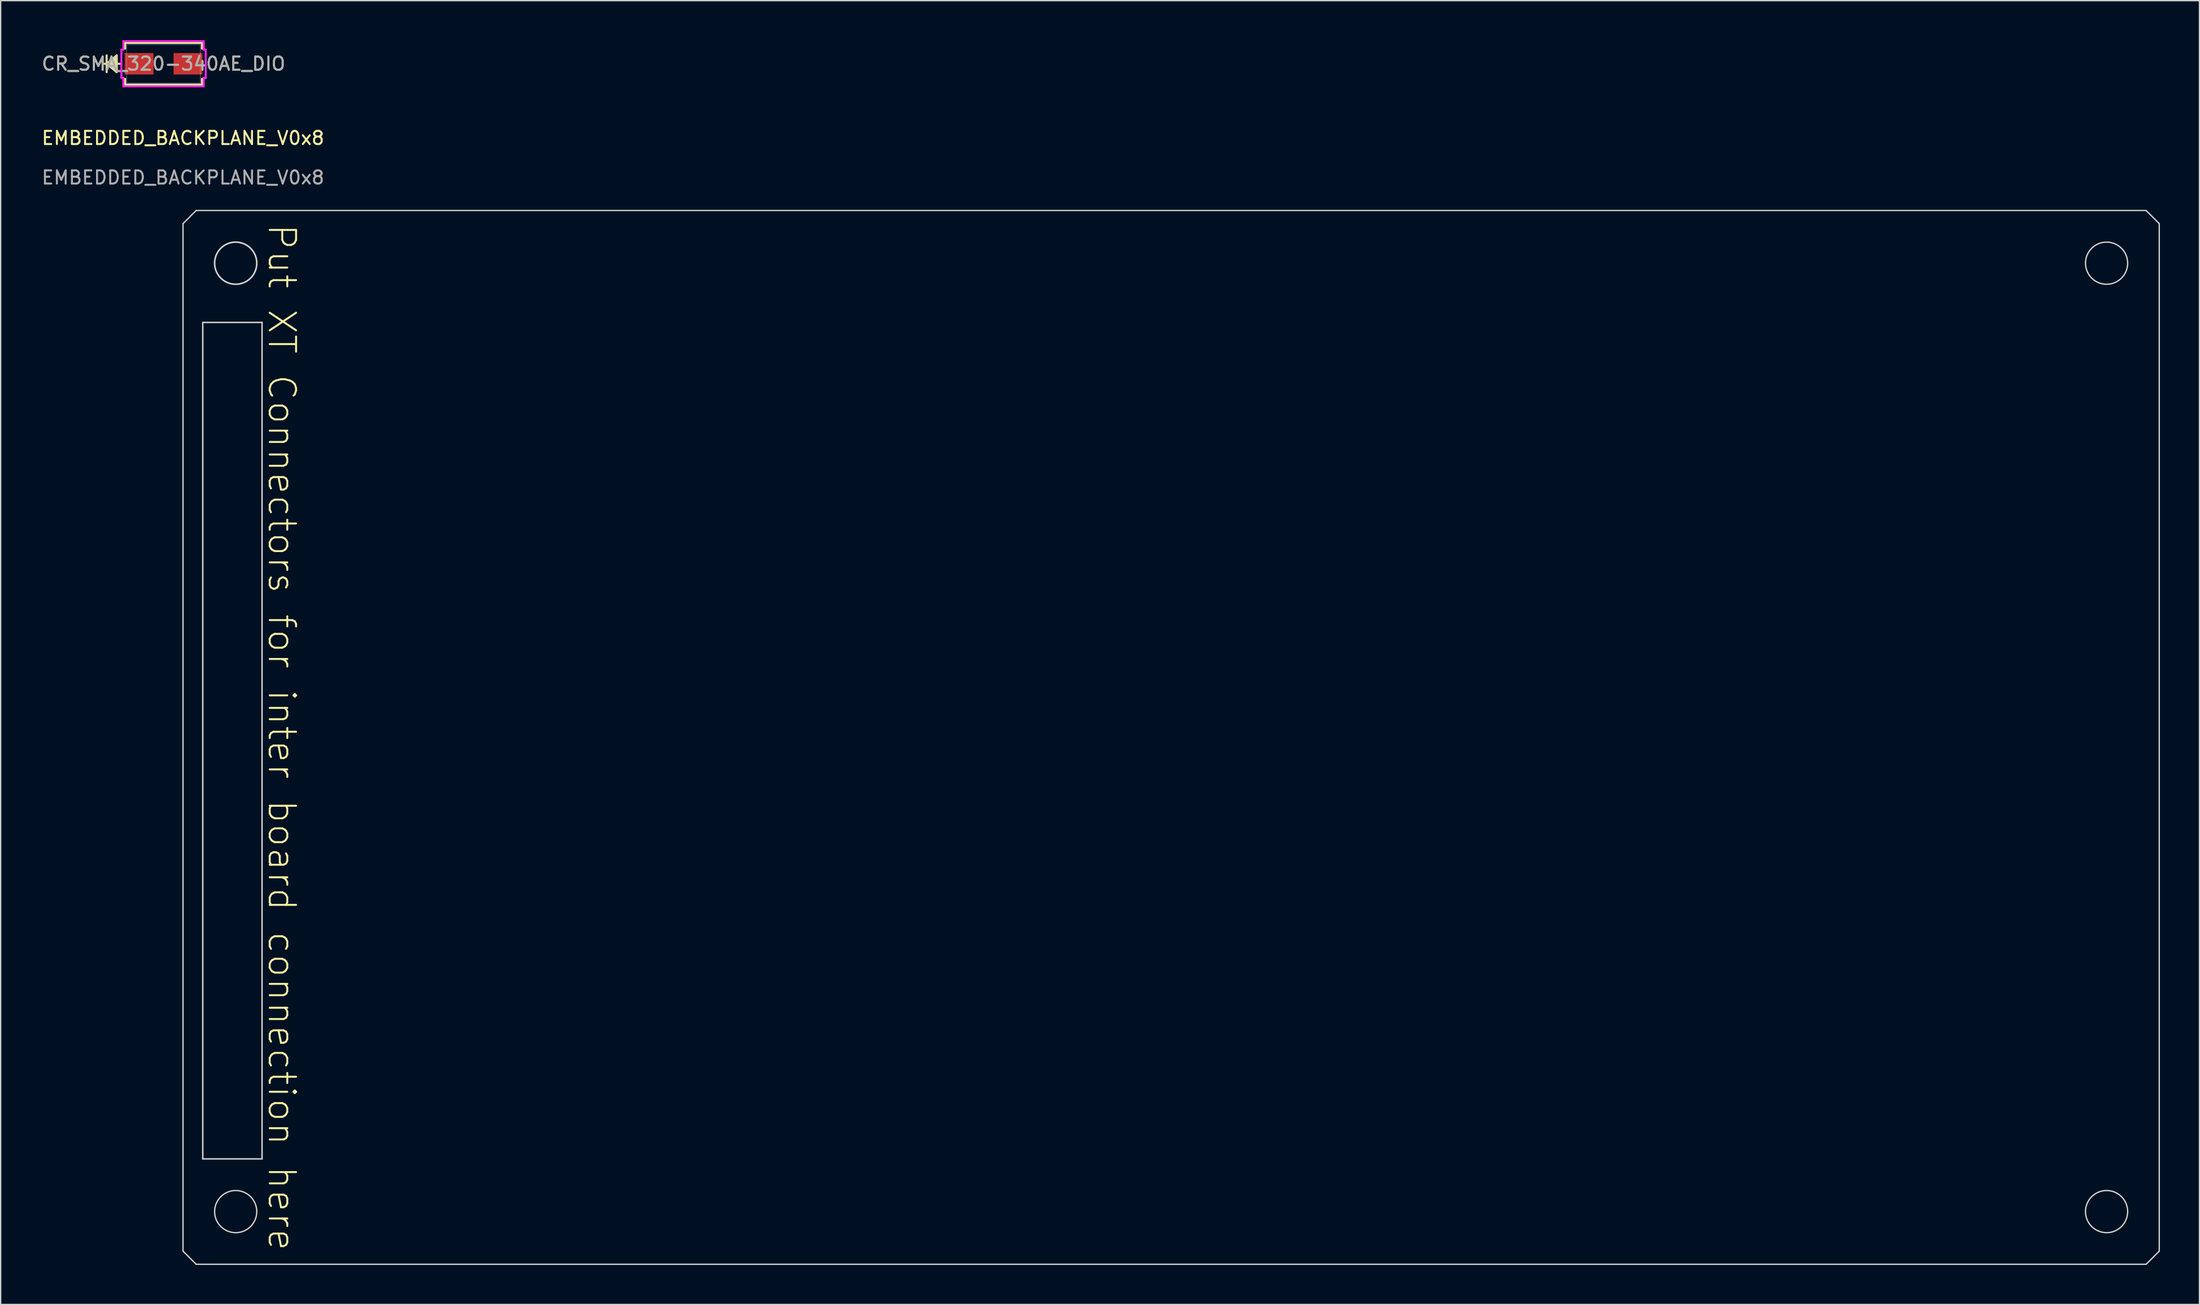
<source format=kicad_pcb>
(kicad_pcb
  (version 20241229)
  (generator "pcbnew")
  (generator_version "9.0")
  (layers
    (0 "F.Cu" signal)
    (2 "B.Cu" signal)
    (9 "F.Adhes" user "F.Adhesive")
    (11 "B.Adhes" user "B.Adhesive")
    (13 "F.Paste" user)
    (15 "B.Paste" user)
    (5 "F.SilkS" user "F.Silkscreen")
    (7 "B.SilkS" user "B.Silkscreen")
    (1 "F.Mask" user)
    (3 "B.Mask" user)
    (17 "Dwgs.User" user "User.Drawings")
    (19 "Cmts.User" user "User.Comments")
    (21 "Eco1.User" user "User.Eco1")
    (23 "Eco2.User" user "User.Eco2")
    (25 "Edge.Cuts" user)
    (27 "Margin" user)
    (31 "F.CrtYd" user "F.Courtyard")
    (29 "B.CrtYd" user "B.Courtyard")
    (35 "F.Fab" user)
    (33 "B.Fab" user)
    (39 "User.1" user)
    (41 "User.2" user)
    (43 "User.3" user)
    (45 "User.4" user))
  (footprint "CR_SMA_320-340AE_DIO"
    (layer "F.Cu")
    (at 9.363 1.791)
    (property "Reference" "CR_SMA_320-340AE_DIO" (at 0 0 0) (unlocked yes) (layer "F.SilkS") (effects (font (size 1 1) (thickness 0.15))))
    (attr smd)
    (fp_line (start -4.318 -0.635) (end -4.318 0.635) (stroke (width 0.152) (type solid)) (layer "F.SilkS"))
    (fp_line (start -4.318 0) (end -3.556 -0.635) (stroke (width 0.152) (type solid)) (layer "F.SilkS"))
    (fp_line (start -4.318 0) (end -3.556 -0.508) (stroke (width 0.152) (type solid)) (layer "F.SilkS"))
    (fp_line (start -4.318 0) (end -3.556 -0.381) (stroke (width 0.152) (type solid)) (layer "F.SilkS"))
    (fp_line (start -4.318 0) (end -3.556 -0.254) (stroke (width 0.152) (type solid)) (layer "F.SilkS"))
    (fp_line (start -4.318 0) (end -3.556 -0.127) (stroke (width 0.152) (type solid)) (layer "F.SilkS"))
    (fp_line (start -4.318 0) (end -3.556 0.127) (stroke (width 0.152) (type solid)) (layer "F.SilkS"))
    (fp_line (start -4.318 0) (end -3.556 0.254) (stroke (width 0.152) (type solid)) (layer "F.SilkS"))
    (fp_line (start -4.318 0) (end -3.556 0.381) (stroke (width 0.152) (type solid)) (layer "F.SilkS"))
    (fp_line (start -4.318 0) (end -3.556 0.508) (stroke (width 0.152) (type solid)) (layer "F.SilkS"))
    (fp_line (start -4.318 0) (end -3.556 0.635) (stroke (width 0.152) (type solid)) (layer "F.SilkS"))
    (fp_line (start -3.556 -0.635) (end -3.556 0.635) (stroke (width 0.152) (type solid)) (layer "F.SilkS"))
    (fp_line (start -3.302 0) (end -4.572 0) (stroke (width 0.152) (type solid)) (layer "F.SilkS"))
    (fp_line (start -2.921 -1.587) (end -2.921 -1.146) (stroke (width 0.152) (type solid)) (layer "F.SilkS"))
    (fp_line (start -2.921 1.146) (end -2.921 1.587) (stroke (width 0.152) (type solid)) (layer "F.SilkS"))
    (fp_line (start -2.921 1.587) (end 2.921 1.587) (stroke (width 0.152) (type solid)) (layer "F.SilkS"))
    (fp_line (start 2.921 -1.587) (end -2.921 -1.587) (stroke (width 0.152) (type solid)) (layer "F.SilkS"))
    (fp_line (start 2.921 -1.146) (end 2.921 -1.587) (stroke (width 0.152) (type solid)) (layer "F.SilkS"))
    (fp_line (start 2.921 1.587) (end 2.921 1.146) (stroke (width 0.152) (type solid)) (layer "F.SilkS"))
    (fp_line (start -3.2 -1.067) (end -3.048 -1.067) (stroke (width 0.152) (type solid)) (layer "F.CrtYd"))
    (fp_line (start -3.2 1.067) (end -3.2 -1.067) (stroke (width 0.152) (type solid)) (layer "F.CrtYd"))
    (fp_line (start -3.048 -1.714) (end 3.048 -1.714) (stroke (width 0.152) (type solid)) (layer "F.CrtYd"))
    (fp_line (start -3.048 -1.067) (end -3.048 -1.714) (stroke (width 0.152) (type solid)) (layer "F.CrtYd"))
    (fp_line (start -3.048 1.067) (end -3.2 1.067) (stroke (width 0.152) (type solid)) (layer "F.CrtYd"))
    (fp_line (start -3.048 1.714) (end -3.048 1.067) (stroke (width 0.152) (type solid)) (layer "F.CrtYd"))
    (fp_line (start 3.048 -1.714) (end 3.048 -1.067) (stroke (width 0.152) (type solid)) (layer "F.CrtYd"))
    (fp_line (start 3.048 -1.067) (end 3.2 -1.067) (stroke (width 0.152) (type solid)) (layer "F.CrtYd"))
    (fp_line (start 3.048 1.067) (end 3.048 1.714) (stroke (width 0.152) (type solid)) (layer "F.CrtYd"))
    (fp_line (start 3.048 1.714) (end -3.048 1.714) (stroke (width 0.152) (type solid)) (layer "F.CrtYd"))
    (fp_line (start 3.2 -1.067) (end 3.2 1.067) (stroke (width 0.152) (type solid)) (layer "F.CrtYd"))
    (fp_line (start 3.2 1.067) (end 3.048 1.067) (stroke (width 0.152) (type solid)) (layer "F.CrtYd"))
    (fp_line (start -4.318 -0.635) (end -4.318 0.635) (stroke (width 0.025) (type solid)) (layer "F.Fab"))
    (fp_line (start -4.318 0) (end -3.556 -0.635) (stroke (width 0.025) (type solid)) (layer "F.Fab"))
    (fp_line (start -4.318 0) (end -3.556 -0.508) (stroke (width 0.025) (type solid)) (layer "F.Fab"))
    (fp_line (start -4.318 0) (end -3.556 -0.381) (stroke (width 0.025) (type solid)) (layer "F.Fab"))
    (fp_line (start -4.318 0) (end -3.556 -0.254) (stroke (width 0.025) (type solid)) (layer "F.Fab"))
    (fp_line (start -4.318 0) (end -3.556 -0.127) (stroke (width 0.025) (type solid)) (layer "F.Fab"))
    (fp_line (start -4.318 0) (end -3.556 0.127) (stroke (width 0.025) (type solid)) (layer "F.Fab"))
    (fp_line (start -4.318 0) (end -3.556 0.254) (stroke (width 0.025) (type solid)) (layer "F.Fab"))
    (fp_line (start -4.318 0) (end -3.556 0.381) (stroke (width 0.025) (type solid)) (layer "F.Fab"))
    (fp_line (start -4.318 0) (end -3.556 0.508) (stroke (width 0.025) (type solid)) (layer "F.Fab"))
    (fp_line (start -4.318 0) (end -3.556 0.635) (stroke (width 0.025) (type solid)) (layer "F.Fab"))
    (fp_line (start -3.556 -0.635) (end -3.556 0.635) (stroke (width 0.025) (type solid)) (layer "F.Fab"))
    (fp_line (start -3.302 0) (end -4.572 0) (stroke (width 0.025) (type solid)) (layer "F.Fab"))
    (fp_line (start -2.794 -1.46) (end -2.794 1.46) (stroke (width 0.025) (type solid)) (layer "F.Fab"))
    (fp_line (start -2.794 1.46) (end 2.794 1.46) (stroke (width 0.025) (type solid)) (layer "F.Fab"))
    (fp_line (start 2.794 -1.46) (end -2.794 -1.46) (stroke (width 0.025) (type solid)) (layer "F.Fab"))
    (fp_line (start 2.794 1.46) (end 2.794 -1.46) (stroke (width 0.025) (type solid)) (layer "F.Fab"))
    (fp_text user "${REFERENCE}" (at 0 0 0) (unlocked yes) (layer "F.Fab") (effects (font (size 1 1) (thickness 0.15))))
    (pad "1" smd rect (at -1.854 0 90) (size 1.626 2.184) (layers "F.Cu" "F.Mask" "F.Paste"))
    (pad "2" smd rect (at 1.854 0 90) (size 1.626 2.184) (layers "F.Cu" "F.Mask" "F.Paste"))
    (zone (net_name "") (layer "F.Cu") (hatch full 0.508) (connect_pads) (min_thickness 0.254) (filled_areas_thickness no) (keepout (tracks not_allowed) (vias not_allowed) (pads allowed) (copperpour not_allowed) (footprints allowed)) (placement (enabled no)) (fill) (polygon (pts (xy 6.62 0.381) (xy 12.106 0.381) (xy 12.106 0.927) (xy 6.62 0.927))))
    (zone (net_name "") (layer "F.Cu") (hatch full 0.508) (connect_pads) (min_thickness 0.254) (filled_areas_thickness no) (keepout (tracks not_allowed) (vias not_allowed) (pads allowed) (copperpour not_allowed) (footprints allowed)) (placement (enabled no)) (fill) (polygon (pts (xy 6.62 2.654) (xy 12.106 2.654) (xy 12.106 3.2) (xy 6.62 3.2))))
    (zone (net_name "") (layer "F.Cu") (hatch full 0.508) (connect_pads) (min_thickness 0.254) (filled_areas_thickness no) (keepout (tracks not_allowed) (vias not_allowed) (pads allowed) (copperpour not_allowed) (footprints allowed)) (placement (enabled no)) (fill) (polygon (pts (xy 8.652 0.927) (xy 10.074 0.927) (xy 10.074 2.654) (xy 8.652 2.654)))))
  (footprint "EMBEDDED_BACKPLANE_V0x8"
    (layer "F.Cu")
    (at 10.839 7.93)
    (property "Reference" "EMBEDDED_BACKPLANE_V0x8" (at 0 -0.5 0) (unlocked yes) (layer "F.SilkS") (effects (font (size 1 1) (thickness 0.15))))
    (attr smd)
    (fp_line (start 1.5 13.5) (end 1.5 77) (stroke (width 0.12) (type solid)) (layer "Dwgs.User"))
    (fp_line (start 1.5 77) (end 6 77) (stroke (width 0.12) (type solid)) (layer "Dwgs.User"))
    (fp_line (start 6 13.5) (end 1.5 13.5) (stroke (width 0.12) (type solid)) (layer "Dwgs.User"))
    (fp_line (start 6 77) (end 6 13.5) (stroke (width 0.12) (type solid)) (layer "Dwgs.User"))
    (fp_line (start 0 84) (end 0 6) (stroke (width 0.1) (type solid)) (layer "Edge.Cuts"))
    (fp_line (start 1 5) (end 0 6) (stroke (width 0.1) (type solid)) (layer "Edge.Cuts"))
    (fp_line (start 1 5) (end 149 5) (stroke (width 0.1) (type solid)) (layer "Edge.Cuts"))
    (fp_line (start 1 85) (end 0 84) (stroke (width 0.1) (type solid)) (layer "Edge.Cuts"))
    (fp_line (start 149 5) (end 150 6) (stroke (width 0.1) (type solid)) (layer "Edge.Cuts"))
    (fp_line (start 149 85) (end 1 85) (stroke (width 0.1) (type solid)) (layer "Edge.Cuts"))
    (fp_line (start 150 6) (end 150 84) (stroke (width 0.1) (type solid)) (layer "Edge.Cuts"))
    (fp_line (start 150 84) (end 149 85) (stroke (width 0.1) (type solid)) (layer "Edge.Cuts"))
    (fp_circle (center 4 9) (end 5.6 9) (stroke (width 0.12) (type solid)) (fill no) (layer "Edge.Cuts"))
    (fp_circle (center 4 81) (end 5.6 81) (stroke (width 0.1) (type solid)) (fill no) (layer "Edge.Cuts"))
    (fp_circle (center 146 9) (end 147.6 9) (stroke (width 0.1) (type solid)) (fill no) (layer "Edge.Cuts"))
    (fp_circle (center 146 81) (end 147.6 81) (stroke (width 0.1) (type solid)) (fill no) (layer "Edge.Cuts"))
    (fp_text user "Put XT Connectors for inter board connection here" (at 7.5 45 270) (unlocked yes) (layer "F.SilkS") (effects (font (size 2 2) (thickness 0.15))))
    (fp_text user "${REFERENCE}" (at 0 2.5 0) (unlocked yes) (layer "F.Fab") (effects (font (size 1 1) (thickness 0.15)))))
  (gr_rect
    (start -3 -3)
    (end 163.889 95.98)
    (stroke (width 0.1) (type default))
    (fill no)
    (layer "Edge.Cuts")))
</source>
